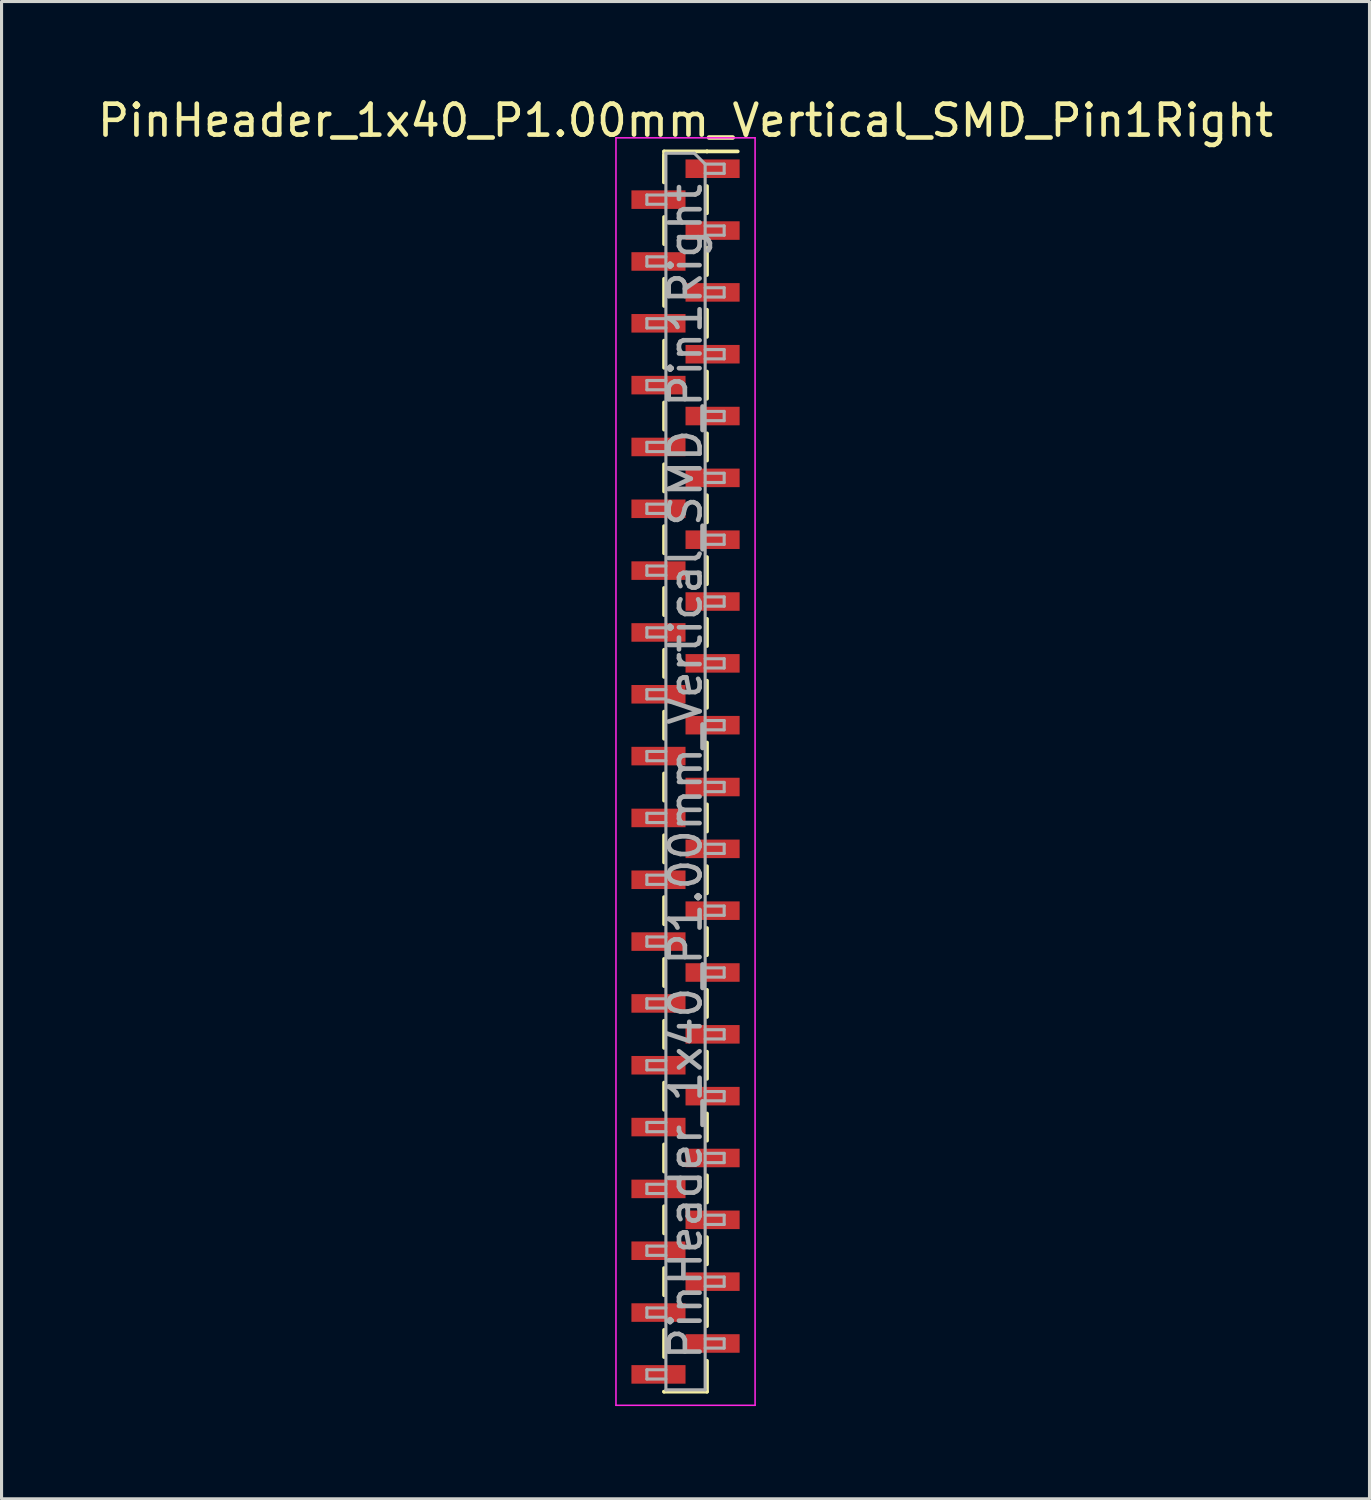
<source format=kicad_pcb>
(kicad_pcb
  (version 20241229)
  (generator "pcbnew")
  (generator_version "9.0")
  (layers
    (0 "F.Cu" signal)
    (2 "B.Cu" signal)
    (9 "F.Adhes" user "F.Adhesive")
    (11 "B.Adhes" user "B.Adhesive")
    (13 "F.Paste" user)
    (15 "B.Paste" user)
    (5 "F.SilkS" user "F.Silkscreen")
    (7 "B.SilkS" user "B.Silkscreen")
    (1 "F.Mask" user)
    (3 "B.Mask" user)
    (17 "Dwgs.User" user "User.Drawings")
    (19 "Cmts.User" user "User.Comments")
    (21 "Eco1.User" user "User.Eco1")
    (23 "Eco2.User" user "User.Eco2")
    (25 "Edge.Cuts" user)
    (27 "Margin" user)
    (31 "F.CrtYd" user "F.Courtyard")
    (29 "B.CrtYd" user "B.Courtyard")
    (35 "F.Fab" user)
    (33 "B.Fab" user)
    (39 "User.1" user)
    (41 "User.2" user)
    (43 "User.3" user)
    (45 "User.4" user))
  (footprint "PinHeader_1x40_P1.00mm_Vertical_SMD_Pin1Right"
    (layer "F.Cu")
    (at 19.125 21.908)
    (property "Reference" "PinHeader_1x40_P1.00mm_Vertical_SMD_Pin1Right" (at 0 -21.06 0) (layer "F.SilkS") (effects (font (size 1 1) (thickness 0.15))))
    (attr smd)
    (fp_line (start -0.695 -20.06) (end -0.695 -19.06) (stroke (width 0.12) (type solid)) (layer "F.SilkS"))
    (fp_line (start -0.695 -20.06) (end 0.695 -20.06) (stroke (width 0.12) (type solid)) (layer "F.SilkS"))
    (fp_line (start -0.695 -19.94) (end -0.695 -19.06) (stroke (width 0.12) (type solid)) (layer "F.SilkS"))
    (fp_line (start -0.695 -17.94) (end -0.695 -17.06) (stroke (width 0.12) (type solid)) (layer "F.SilkS"))
    (fp_line (start -0.695 -15.94) (end -0.695 -15.06) (stroke (width 0.12) (type solid)) (layer "F.SilkS"))
    (fp_line (start -0.695 -13.94) (end -0.695 -13.06) (stroke (width 0.12) (type solid)) (layer "F.SilkS"))
    (fp_line (start -0.695 -11.94) (end -0.695 -11.06) (stroke (width 0.12) (type solid)) (layer "F.SilkS"))
    (fp_line (start -0.695 -9.94) (end -0.695 -9.06) (stroke (width 0.12) (type solid)) (layer "F.SilkS"))
    (fp_line (start -0.695 -7.94) (end -0.695 -7.06) (stroke (width 0.12) (type solid)) (layer "F.SilkS"))
    (fp_line (start -0.695 -5.94) (end -0.695 -5.06) (stroke (width 0.12) (type solid)) (layer "F.SilkS"))
    (fp_line (start -0.695 -3.94) (end -0.695 -3.06) (stroke (width 0.12) (type solid)) (layer "F.SilkS"))
    (fp_line (start -0.695 -1.94) (end -0.695 -1.06) (stroke (width 0.12) (type solid)) (layer "F.SilkS"))
    (fp_line (start -0.695 0.06) (end -0.695 0.94) (stroke (width 0.12) (type solid)) (layer "F.SilkS"))
    (fp_line (start -0.695 2.06) (end -0.695 2.94) (stroke (width 0.12) (type solid)) (layer "F.SilkS"))
    (fp_line (start -0.695 4.06) (end -0.695 4.94) (stroke (width 0.12) (type solid)) (layer "F.SilkS"))
    (fp_line (start -0.695 6.06) (end -0.695 6.94) (stroke (width 0.12) (type solid)) (layer "F.SilkS"))
    (fp_line (start -0.695 8.06) (end -0.695 8.94) (stroke (width 0.12) (type solid)) (layer "F.SilkS"))
    (fp_line (start -0.695 10.06) (end -0.695 10.94) (stroke (width 0.12) (type solid)) (layer "F.SilkS"))
    (fp_line (start -0.695 12.06) (end -0.695 12.94) (stroke (width 0.12) (type solid)) (layer "F.SilkS"))
    (fp_line (start -0.695 14.06) (end -0.695 14.94) (stroke (width 0.12) (type solid)) (layer "F.SilkS"))
    (fp_line (start -0.695 16.06) (end -0.695 16.94) (stroke (width 0.12) (type solid)) (layer "F.SilkS"))
    (fp_line (start -0.695 18.06) (end -0.695 18.94) (stroke (width 0.12) (type solid)) (layer "F.SilkS"))
    (fp_line (start -0.695 20.06) (end -0.695 20.06) (stroke (width 0.12) (type solid)) (layer "F.SilkS"))
    (fp_line (start -0.695 20.06) (end 0.695 20.06) (stroke (width 0.12) (type solid)) (layer "F.SilkS"))
    (fp_line (start 0.695 -20.06) (end 0.695 -20.06) (stroke (width 0.12) (type solid)) (layer "F.SilkS"))
    (fp_line (start 0.695 -20.06) (end 1.69 -20.06) (stroke (width 0.12) (type solid)) (layer "F.SilkS"))
    (fp_line (start 0.695 -18.94) (end 0.695 -18.06) (stroke (width 0.12) (type solid)) (layer "F.SilkS"))
    (fp_line (start 0.695 -16.94) (end 0.695 -16.06) (stroke (width 0.12) (type solid)) (layer "F.SilkS"))
    (fp_line (start 0.695 -14.94) (end 0.695 -14.06) (stroke (width 0.12) (type solid)) (layer "F.SilkS"))
    (fp_line (start 0.695 -12.94) (end 0.695 -12.06) (stroke (width 0.12) (type solid)) (layer "F.SilkS"))
    (fp_line (start 0.695 -10.94) (end 0.695 -10.06) (stroke (width 0.12) (type solid)) (layer "F.SilkS"))
    (fp_line (start 0.695 -8.94) (end 0.695 -8.06) (stroke (width 0.12) (type solid)) (layer "F.SilkS"))
    (fp_line (start 0.695 -6.94) (end 0.695 -6.06) (stroke (width 0.12) (type solid)) (layer "F.SilkS"))
    (fp_line (start 0.695 -4.94) (end 0.695 -4.06) (stroke (width 0.12) (type solid)) (layer "F.SilkS"))
    (fp_line (start 0.695 -2.94) (end 0.695 -2.06) (stroke (width 0.12) (type solid)) (layer "F.SilkS"))
    (fp_line (start 0.695 -0.94) (end 0.695 -0.06) (stroke (width 0.12) (type solid)) (layer "F.SilkS"))
    (fp_line (start 0.695 1.06) (end 0.695 1.94) (stroke (width 0.12) (type solid)) (layer "F.SilkS"))
    (fp_line (start 0.695 3.06) (end 0.695 3.94) (stroke (width 0.12) (type solid)) (layer "F.SilkS"))
    (fp_line (start 0.695 5.06) (end 0.695 5.94) (stroke (width 0.12) (type solid)) (layer "F.SilkS"))
    (fp_line (start 0.695 7.06) (end 0.695 7.94) (stroke (width 0.12) (type solid)) (layer "F.SilkS"))
    (fp_line (start 0.695 9.06) (end 0.695 9.94) (stroke (width 0.12) (type solid)) (layer "F.SilkS"))
    (fp_line (start 0.695 11.06) (end 0.695 11.94) (stroke (width 0.12) (type solid)) (layer "F.SilkS"))
    (fp_line (start 0.695 13.06) (end 0.695 13.94) (stroke (width 0.12) (type solid)) (layer "F.SilkS"))
    (fp_line (start 0.695 15.06) (end 0.695 15.94) (stroke (width 0.12) (type solid)) (layer "F.SilkS"))
    (fp_line (start 0.695 17.06) (end 0.695 17.94) (stroke (width 0.12) (type solid)) (layer "F.SilkS"))
    (fp_line (start 0.695 19.06) (end 0.695 20.06) (stroke (width 0.12) (type solid)) (layer "F.SilkS"))
    (fp_line (start -2.25 -20.5) (end -2.25 20.5) (stroke (width 0.05) (type solid)) (layer "F.CrtYd"))
    (fp_line (start -2.25 20.5) (end 2.25 20.5) (stroke (width 0.05) (type solid)) (layer "F.CrtYd"))
    (fp_line (start 2.25 -20.5) (end -2.25 -20.5) (stroke (width 0.05) (type solid)) (layer "F.CrtYd"))
    (fp_line (start 2.25 20.5) (end 2.25 -20.5) (stroke (width 0.05) (type solid)) (layer "F.CrtYd"))
    (fp_line (start -1.25 -18.65) (end -1.25 -18.35) (stroke (width 0.1) (type solid)) (layer "F.Fab"))
    (fp_line (start -1.25 -18.35) (end -0.635 -18.35) (stroke (width 0.1) (type solid)) (layer "F.Fab"))
    (fp_line (start -1.25 -16.65) (end -1.25 -16.35) (stroke (width 0.1) (type solid)) (layer "F.Fab"))
    (fp_line (start -1.25 -16.35) (end -0.635 -16.35) (stroke (width 0.1) (type solid)) (layer "F.Fab"))
    (fp_line (start -1.25 -14.65) (end -1.25 -14.35) (stroke (width 0.1) (type solid)) (layer "F.Fab"))
    (fp_line (start -1.25 -14.35) (end -0.635 -14.35) (stroke (width 0.1) (type solid)) (layer "F.Fab"))
    (fp_line (start -1.25 -12.65) (end -1.25 -12.35) (stroke (width 0.1) (type solid)) (layer "F.Fab"))
    (fp_line (start -1.25 -12.35) (end -0.635 -12.35) (stroke (width 0.1) (type solid)) (layer "F.Fab"))
    (fp_line (start -1.25 -10.65) (end -1.25 -10.35) (stroke (width 0.1) (type solid)) (layer "F.Fab"))
    (fp_line (start -1.25 -10.35) (end -0.635 -10.35) (stroke (width 0.1) (type solid)) (layer "F.Fab"))
    (fp_line (start -1.25 -8.65) (end -1.25 -8.35) (stroke (width 0.1) (type solid)) (layer "F.Fab"))
    (fp_line (start -1.25 -8.35) (end -0.635 -8.35) (stroke (width 0.1) (type solid)) (layer "F.Fab"))
    (fp_line (start -1.25 -6.65) (end -1.25 -6.35) (stroke (width 0.1) (type solid)) (layer "F.Fab"))
    (fp_line (start -1.25 -6.35) (end -0.635 -6.35) (stroke (width 0.1) (type solid)) (layer "F.Fab"))
    (fp_line (start -1.25 -4.65) (end -1.25 -4.35) (stroke (width 0.1) (type solid)) (layer "F.Fab"))
    (fp_line (start -1.25 -4.35) (end -0.635 -4.35) (stroke (width 0.1) (type solid)) (layer "F.Fab"))
    (fp_line (start -1.25 -2.65) (end -1.25 -2.35) (stroke (width 0.1) (type solid)) (layer "F.Fab"))
    (fp_line (start -1.25 -2.35) (end -0.635 -2.35) (stroke (width 0.1) (type solid)) (layer "F.Fab"))
    (fp_line (start -1.25 -0.65) (end -1.25 -0.35) (stroke (width 0.1) (type solid)) (layer "F.Fab"))
    (fp_line (start -1.25 -0.35) (end -0.635 -0.35) (stroke (width 0.1) (type solid)) (layer "F.Fab"))
    (fp_line (start -1.25 1.35) (end -1.25 1.65) (stroke (width 0.1) (type solid)) (layer "F.Fab"))
    (fp_line (start -1.25 1.65) (end -0.635 1.65) (stroke (width 0.1) (type solid)) (layer "F.Fab"))
    (fp_line (start -1.25 3.35) (end -1.25 3.65) (stroke (width 0.1) (type solid)) (layer "F.Fab"))
    (fp_line (start -1.25 3.65) (end -0.635 3.65) (stroke (width 0.1) (type solid)) (layer "F.Fab"))
    (fp_line (start -1.25 5.35) (end -1.25 5.65) (stroke (width 0.1) (type solid)) (layer "F.Fab"))
    (fp_line (start -1.25 5.65) (end -0.635 5.65) (stroke (width 0.1) (type solid)) (layer "F.Fab"))
    (fp_line (start -1.25 7.35) (end -1.25 7.65) (stroke (width 0.1) (type solid)) (layer "F.Fab"))
    (fp_line (start -1.25 7.65) (end -0.635 7.65) (stroke (width 0.1) (type solid)) (layer "F.Fab"))
    (fp_line (start -1.25 9.35) (end -1.25 9.65) (stroke (width 0.1) (type solid)) (layer "F.Fab"))
    (fp_line (start -1.25 9.65) (end -0.635 9.65) (stroke (width 0.1) (type solid)) (layer "F.Fab"))
    (fp_line (start -1.25 11.35) (end -1.25 11.65) (stroke (width 0.1) (type solid)) (layer "F.Fab"))
    (fp_line (start -1.25 11.65) (end -0.635 11.65) (stroke (width 0.1) (type solid)) (layer "F.Fab"))
    (fp_line (start -1.25 13.35) (end -1.25 13.65) (stroke (width 0.1) (type solid)) (layer "F.Fab"))
    (fp_line (start -1.25 13.65) (end -0.635 13.65) (stroke (width 0.1) (type solid)) (layer "F.Fab"))
    (fp_line (start -1.25 15.35) (end -1.25 15.65) (stroke (width 0.1) (type solid)) (layer "F.Fab"))
    (fp_line (start -1.25 15.65) (end -0.635 15.65) (stroke (width 0.1) (type solid)) (layer "F.Fab"))
    (fp_line (start -1.25 17.35) (end -1.25 17.65) (stroke (width 0.1) (type solid)) (layer "F.Fab"))
    (fp_line (start -1.25 17.65) (end -0.635 17.65) (stroke (width 0.1) (type solid)) (layer "F.Fab"))
    (fp_line (start -1.25 19.35) (end -1.25 19.65) (stroke (width 0.1) (type solid)) (layer "F.Fab"))
    (fp_line (start -1.25 19.65) (end -0.635 19.65) (stroke (width 0.1) (type solid)) (layer "F.Fab"))
    (fp_line (start -0.635 -20) (end -0.635 20) (stroke (width 0.1) (type solid)) (layer "F.Fab"))
    (fp_line (start -0.635 -20) (end 0.285 -20) (stroke (width 0.1) (type solid)) (layer "F.Fab"))
    (fp_line (start -0.635 -18.65) (end -1.25 -18.65) (stroke (width 0.1) (type solid)) (layer "F.Fab"))
    (fp_line (start -0.635 -16.65) (end -1.25 -16.65) (stroke (width 0.1) (type solid)) (layer "F.Fab"))
    (fp_line (start -0.635 -14.65) (end -1.25 -14.65) (stroke (width 0.1) (type solid)) (layer "F.Fab"))
    (fp_line (start -0.635 -12.65) (end -1.25 -12.65) (stroke (width 0.1) (type solid)) (layer "F.Fab"))
    (fp_line (start -0.635 -10.65) (end -1.25 -10.65) (stroke (width 0.1) (type solid)) (layer "F.Fab"))
    (fp_line (start -0.635 -8.65) (end -1.25 -8.65) (stroke (width 0.1) (type solid)) (layer "F.Fab"))
    (fp_line (start -0.635 -6.65) (end -1.25 -6.65) (stroke (width 0.1) (type solid)) (layer "F.Fab"))
    (fp_line (start -0.635 -4.65) (end -1.25 -4.65) (stroke (width 0.1) (type solid)) (layer "F.Fab"))
    (fp_line (start -0.635 -2.65) (end -1.25 -2.65) (stroke (width 0.1) (type solid)) (layer "F.Fab"))
    (fp_line (start -0.635 -0.65) (end -1.25 -0.65) (stroke (width 0.1) (type solid)) (layer "F.Fab"))
    (fp_line (start -0.635 1.35) (end -1.25 1.35) (stroke (width 0.1) (type solid)) (layer "F.Fab"))
    (fp_line (start -0.635 3.35) (end -1.25 3.35) (stroke (width 0.1) (type solid)) (layer "F.Fab"))
    (fp_line (start -0.635 5.35) (end -1.25 5.35) (stroke (width 0.1) (type solid)) (layer "F.Fab"))
    (fp_line (start -0.635 7.35) (end -1.25 7.35) (stroke (width 0.1) (type solid)) (layer "F.Fab"))
    (fp_line (start -0.635 9.35) (end -1.25 9.35) (stroke (width 0.1) (type solid)) (layer "F.Fab"))
    (fp_line (start -0.635 11.35) (end -1.25 11.35) (stroke (width 0.1) (type solid)) (layer "F.Fab"))
    (fp_line (start -0.635 13.35) (end -1.25 13.35) (stroke (width 0.1) (type solid)) (layer "F.Fab"))
    (fp_line (start -0.635 15.35) (end -1.25 15.35) (stroke (width 0.1) (type solid)) (layer "F.Fab"))
    (fp_line (start -0.635 17.35) (end -1.25 17.35) (stroke (width 0.1) (type solid)) (layer "F.Fab"))
    (fp_line (start -0.635 19.35) (end -1.25 19.35) (stroke (width 0.1) (type solid)) (layer "F.Fab"))
    (fp_line (start 0.635 -19.65) (end 0.285 -20) (stroke (width 0.1) (type solid)) (layer "F.Fab"))
    (fp_line (start 0.635 -19.65) (end 1.25 -19.65) (stroke (width 0.1) (type solid)) (layer "F.Fab"))
    (fp_line (start 0.635 -17.65) (end 1.25 -17.65) (stroke (width 0.1) (type solid)) (layer "F.Fab"))
    (fp_line (start 0.635 -15.65) (end 1.25 -15.65) (stroke (width 0.1) (type solid)) (layer "F.Fab"))
    (fp_line (start 0.635 -13.65) (end 1.25 -13.65) (stroke (width 0.1) (type solid)) (layer "F.Fab"))
    (fp_line (start 0.635 -11.65) (end 1.25 -11.65) (stroke (width 0.1) (type solid)) (layer "F.Fab"))
    (fp_line (start 0.635 -9.65) (end 1.25 -9.65) (stroke (width 0.1) (type solid)) (layer "F.Fab"))
    (fp_line (start 0.635 -7.65) (end 1.25 -7.65) (stroke (width 0.1) (type solid)) (layer "F.Fab"))
    (fp_line (start 0.635 -5.65) (end 1.25 -5.65) (stroke (width 0.1) (type solid)) (layer "F.Fab"))
    (fp_line (start 0.635 -3.65) (end 1.25 -3.65) (stroke (width 0.1) (type solid)) (layer "F.Fab"))
    (fp_line (start 0.635 -1.65) (end 1.25 -1.65) (stroke (width 0.1) (type solid)) (layer "F.Fab"))
    (fp_line (start 0.635 0.35) (end 1.25 0.35) (stroke (width 0.1) (type solid)) (layer "F.Fab"))
    (fp_line (start 0.635 2.35) (end 1.25 2.35) (stroke (width 0.1) (type solid)) (layer "F.Fab"))
    (fp_line (start 0.635 4.35) (end 1.25 4.35) (stroke (width 0.1) (type solid)) (layer "F.Fab"))
    (fp_line (start 0.635 6.35) (end 1.25 6.35) (stroke (width 0.1) (type solid)) (layer "F.Fab"))
    (fp_line (start 0.635 8.35) (end 1.25 8.35) (stroke (width 0.1) (type solid)) (layer "F.Fab"))
    (fp_line (start 0.635 10.35) (end 1.25 10.35) (stroke (width 0.1) (type solid)) (layer "F.Fab"))
    (fp_line (start 0.635 12.35) (end 1.25 12.35) (stroke (width 0.1) (type solid)) (layer "F.Fab"))
    (fp_line (start 0.635 14.35) (end 1.25 14.35) (stroke (width 0.1) (type solid)) (layer "F.Fab"))
    (fp_line (start 0.635 16.35) (end 1.25 16.35) (stroke (width 0.1) (type solid)) (layer "F.Fab"))
    (fp_line (start 0.635 18.35) (end 1.25 18.35) (stroke (width 0.1) (type solid)) (layer "F.Fab"))
    (fp_line (start 0.635 20) (end -0.635 20) (stroke (width 0.1) (type solid)) (layer "F.Fab"))
    (fp_line (start 0.635 20) (end 0.635 -19.65) (stroke (width 0.1) (type solid)) (layer "F.Fab"))
    (fp_line (start 1.25 -19.65) (end 1.25 -19.35) (stroke (width 0.1) (type solid)) (layer "F.Fab"))
    (fp_line (start 1.25 -19.35) (end 0.635 -19.35) (stroke (width 0.1) (type solid)) (layer "F.Fab"))
    (fp_line (start 1.25 -17.65) (end 1.25 -17.35) (stroke (width 0.1) (type solid)) (layer "F.Fab"))
    (fp_line (start 1.25 -17.35) (end 0.635 -17.35) (stroke (width 0.1) (type solid)) (layer "F.Fab"))
    (fp_line (start 1.25 -15.65) (end 1.25 -15.35) (stroke (width 0.1) (type solid)) (layer "F.Fab"))
    (fp_line (start 1.25 -15.35) (end 0.635 -15.35) (stroke (width 0.1) (type solid)) (layer "F.Fab"))
    (fp_line (start 1.25 -13.65) (end 1.25 -13.35) (stroke (width 0.1) (type solid)) (layer "F.Fab"))
    (fp_line (start 1.25 -13.35) (end 0.635 -13.35) (stroke (width 0.1) (type solid)) (layer "F.Fab"))
    (fp_line (start 1.25 -11.65) (end 1.25 -11.35) (stroke (width 0.1) (type solid)) (layer "F.Fab"))
    (fp_line (start 1.25 -11.35) (end 0.635 -11.35) (stroke (width 0.1) (type solid)) (layer "F.Fab"))
    (fp_line (start 1.25 -9.65) (end 1.25 -9.35) (stroke (width 0.1) (type solid)) (layer "F.Fab"))
    (fp_line (start 1.25 -9.35) (end 0.635 -9.35) (stroke (width 0.1) (type solid)) (layer "F.Fab"))
    (fp_line (start 1.25 -7.65) (end 1.25 -7.35) (stroke (width 0.1) (type solid)) (layer "F.Fab"))
    (fp_line (start 1.25 -7.35) (end 0.635 -7.35) (stroke (width 0.1) (type solid)) (layer "F.Fab"))
    (fp_line (start 1.25 -5.65) (end 1.25 -5.35) (stroke (width 0.1) (type solid)) (layer "F.Fab"))
    (fp_line (start 1.25 -5.35) (end 0.635 -5.35) (stroke (width 0.1) (type solid)) (layer "F.Fab"))
    (fp_line (start 1.25 -3.65) (end 1.25 -3.35) (stroke (width 0.1) (type solid)) (layer "F.Fab"))
    (fp_line (start 1.25 -3.35) (end 0.635 -3.35) (stroke (width 0.1) (type solid)) (layer "F.Fab"))
    (fp_line (start 1.25 -1.65) (end 1.25 -1.35) (stroke (width 0.1) (type solid)) (layer "F.Fab"))
    (fp_line (start 1.25 -1.35) (end 0.635 -1.35) (stroke (width 0.1) (type solid)) (layer "F.Fab"))
    (fp_line (start 1.25 0.35) (end 1.25 0.65) (stroke (width 0.1) (type solid)) (layer "F.Fab"))
    (fp_line (start 1.25 0.65) (end 0.635 0.65) (stroke (width 0.1) (type solid)) (layer "F.Fab"))
    (fp_line (start 1.25 2.35) (end 1.25 2.65) (stroke (width 0.1) (type solid)) (layer "F.Fab"))
    (fp_line (start 1.25 2.65) (end 0.635 2.65) (stroke (width 0.1) (type solid)) (layer "F.Fab"))
    (fp_line (start 1.25 4.35) (end 1.25 4.65) (stroke (width 0.1) (type solid)) (layer "F.Fab"))
    (fp_line (start 1.25 4.65) (end 0.635 4.65) (stroke (width 0.1) (type solid)) (layer "F.Fab"))
    (fp_line (start 1.25 6.35) (end 1.25 6.65) (stroke (width 0.1) (type solid)) (layer "F.Fab"))
    (fp_line (start 1.25 6.65) (end 0.635 6.65) (stroke (width 0.1) (type solid)) (layer "F.Fab"))
    (fp_line (start 1.25 8.35) (end 1.25 8.65) (stroke (width 0.1) (type solid)) (layer "F.Fab"))
    (fp_line (start 1.25 8.65) (end 0.635 8.65) (stroke (width 0.1) (type solid)) (layer "F.Fab"))
    (fp_line (start 1.25 10.35) (end 1.25 10.65) (stroke (width 0.1) (type solid)) (layer "F.Fab"))
    (fp_line (start 1.25 10.65) (end 0.635 10.65) (stroke (width 0.1) (type solid)) (layer "F.Fab"))
    (fp_line (start 1.25 12.35) (end 1.25 12.65) (stroke (width 0.1) (type solid)) (layer "F.Fab"))
    (fp_line (start 1.25 12.65) (end 0.635 12.65) (stroke (width 0.1) (type solid)) (layer "F.Fab"))
    (fp_line (start 1.25 14.35) (end 1.25 14.65) (stroke (width 0.1) (type solid)) (layer "F.Fab"))
    (fp_line (start 1.25 14.65) (end 0.635 14.65) (stroke (width 0.1) (type solid)) (layer "F.Fab"))
    (fp_line (start 1.25 16.35) (end 1.25 16.65) (stroke (width 0.1) (type solid)) (layer "F.Fab"))
    (fp_line (start 1.25 16.65) (end 0.635 16.65) (stroke (width 0.1) (type solid)) (layer "F.Fab"))
    (fp_line (start 1.25 18.35) (end 1.25 18.65) (stroke (width 0.1) (type solid)) (layer "F.Fab"))
    (fp_line (start 1.25 18.65) (end 0.635 18.65) (stroke (width 0.1) (type solid)) (layer "F.Fab"))
    (fp_text user "${REFERENCE}" (at 0 0 90) (layer "F.Fab") (effects (font (size 1 1) (thickness 0.15))))
    (pad "1" smd rect (at 0.875 -19.5) (size 1.75 0.6) (layers "F.Cu" "F.Mask" "F.Paste"))
    (pad "2" smd rect (at -0.875 -18.5) (size 1.75 0.6) (layers "F.Cu" "F.Mask" "F.Paste"))
    (pad "3" smd rect (at 0.875 -17.5) (size 1.75 0.6) (layers "F.Cu" "F.Mask" "F.Paste"))
    (pad "4" smd rect (at -0.875 -16.5) (size 1.75 0.6) (layers "F.Cu" "F.Mask" "F.Paste"))
    (pad "5" smd rect (at 0.875 -15.5) (size 1.75 0.6) (layers "F.Cu" "F.Mask" "F.Paste"))
    (pad "6" smd rect (at -0.875 -14.5) (size 1.75 0.6) (layers "F.Cu" "F.Mask" "F.Paste"))
    (pad "7" smd rect (at 0.875 -13.5) (size 1.75 0.6) (layers "F.Cu" "F.Mask" "F.Paste"))
    (pad "8" smd rect (at -0.875 -12.5) (size 1.75 0.6) (layers "F.Cu" "F.Mask" "F.Paste"))
    (pad "9" smd rect (at 0.875 -11.5) (size 1.75 0.6) (layers "F.Cu" "F.Mask" "F.Paste"))
    (pad "10" smd rect (at -0.875 -10.5) (size 1.75 0.6) (layers "F.Cu" "F.Mask" "F.Paste"))
    (pad "11" smd rect (at 0.875 -9.5) (size 1.75 0.6) (layers "F.Cu" "F.Mask" "F.Paste"))
    (pad "12" smd rect (at -0.875 -8.5) (size 1.75 0.6) (layers "F.Cu" "F.Mask" "F.Paste"))
    (pad "13" smd rect (at 0.875 -7.5) (size 1.75 0.6) (layers "F.Cu" "F.Mask" "F.Paste"))
    (pad "14" smd rect (at -0.875 -6.5) (size 1.75 0.6) (layers "F.Cu" "F.Mask" "F.Paste"))
    (pad "15" smd rect (at 0.875 -5.5) (size 1.75 0.6) (layers "F.Cu" "F.Mask" "F.Paste"))
    (pad "16" smd rect (at -0.875 -4.5) (size 1.75 0.6) (layers "F.Cu" "F.Mask" "F.Paste"))
    (pad "17" smd rect (at 0.875 -3.5) (size 1.75 0.6) (layers "F.Cu" "F.Mask" "F.Paste"))
    (pad "18" smd rect (at -0.875 -2.5) (size 1.75 0.6) (layers "F.Cu" "F.Mask" "F.Paste"))
    (pad "19" smd rect (at 0.875 -1.5) (size 1.75 0.6) (layers "F.Cu" "F.Mask" "F.Paste"))
    (pad "20" smd rect (at -0.875 -0.5) (size 1.75 0.6) (layers "F.Cu" "F.Mask" "F.Paste"))
    (pad "21" smd rect (at 0.875 0.5) (size 1.75 0.6) (layers "F.Cu" "F.Mask" "F.Paste"))
    (pad "22" smd rect (at -0.875 1.5) (size 1.75 0.6) (layers "F.Cu" "F.Mask" "F.Paste"))
    (pad "23" smd rect (at 0.875 2.5) (size 1.75 0.6) (layers "F.Cu" "F.Mask" "F.Paste"))
    (pad "24" smd rect (at -0.875 3.5) (size 1.75 0.6) (layers "F.Cu" "F.Mask" "F.Paste"))
    (pad "25" smd rect (at 0.875 4.5) (size 1.75 0.6) (layers "F.Cu" "F.Mask" "F.Paste"))
    (pad "26" smd rect (at -0.875 5.5) (size 1.75 0.6) (layers "F.Cu" "F.Mask" "F.Paste"))
    (pad "27" smd rect (at 0.875 6.5) (size 1.75 0.6) (layers "F.Cu" "F.Mask" "F.Paste"))
    (pad "28" smd rect (at -0.875 7.5) (size 1.75 0.6) (layers "F.Cu" "F.Mask" "F.Paste"))
    (pad "29" smd rect (at 0.875 8.5) (size 1.75 0.6) (layers "F.Cu" "F.Mask" "F.Paste"))
    (pad "30" smd rect (at -0.875 9.5) (size 1.75 0.6) (layers "F.Cu" "F.Mask" "F.Paste"))
    (pad "31" smd rect (at 0.875 10.5) (size 1.75 0.6) (layers "F.Cu" "F.Mask" "F.Paste"))
    (pad "32" smd rect (at -0.875 11.5) (size 1.75 0.6) (layers "F.Cu" "F.Mask" "F.Paste"))
    (pad "33" smd rect (at 0.875 12.5) (size 1.75 0.6) (layers "F.Cu" "F.Mask" "F.Paste"))
    (pad "34" smd rect (at -0.875 13.5) (size 1.75 0.6) (layers "F.Cu" "F.Mask" "F.Paste"))
    (pad "35" smd rect (at 0.875 14.5) (size 1.75 0.6) (layers "F.Cu" "F.Mask" "F.Paste"))
    (pad "36" smd rect (at -0.875 15.5) (size 1.75 0.6) (layers "F.Cu" "F.Mask" "F.Paste"))
    (pad "37" smd rect (at 0.875 16.5) (size 1.75 0.6) (layers "F.Cu" "F.Mask" "F.Paste"))
    (pad "38" smd rect (at -0.875 17.5) (size 1.75 0.6) (layers "F.Cu" "F.Mask" "F.Paste"))
    (pad "39" smd rect (at 0.875 18.5) (size 1.75 0.6) (layers "F.Cu" "F.Mask" "F.Paste"))
    (pad "40" smd rect (at -0.875 19.5) (size 1.75 0.6) (layers "F.Cu" "F.Mask" "F.Paste")))
  (gr_rect
    (start -3 -3)
    (end 41.25 45.433)
    (stroke (width 0.1) (type default))
    (fill no)
    (layer "Edge.Cuts")))
</source>
